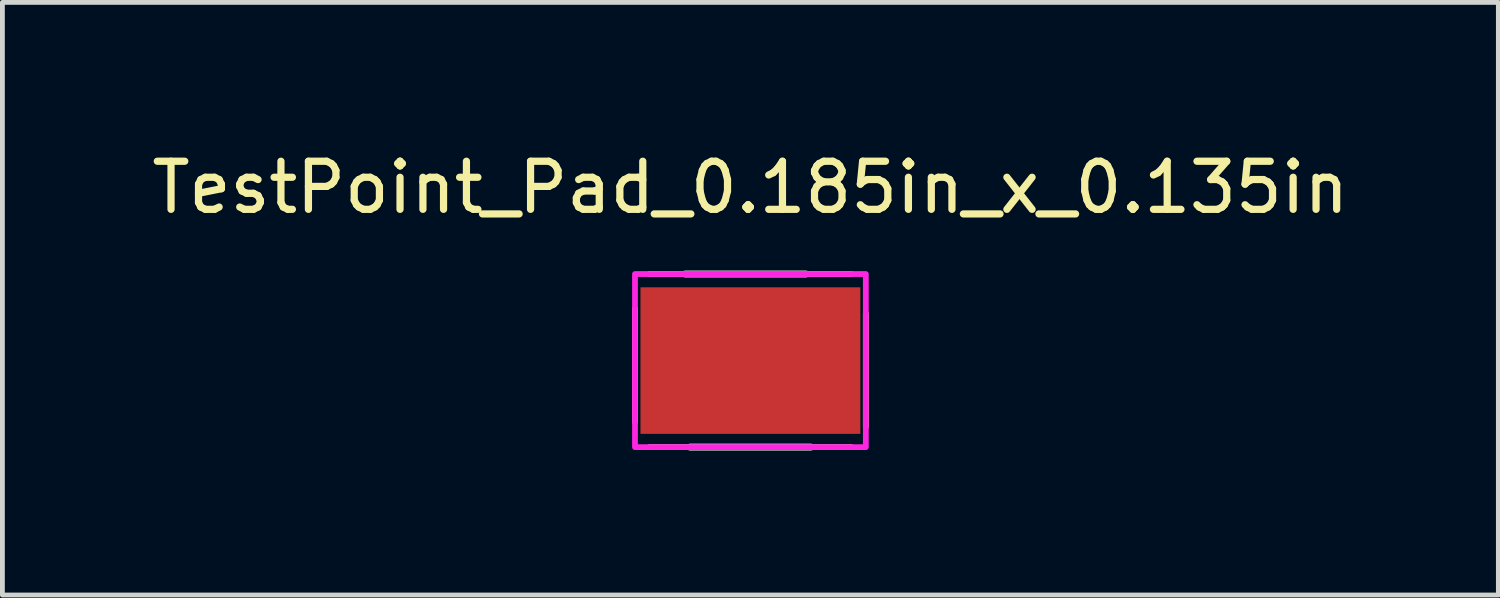
<source format=kicad_pcb>
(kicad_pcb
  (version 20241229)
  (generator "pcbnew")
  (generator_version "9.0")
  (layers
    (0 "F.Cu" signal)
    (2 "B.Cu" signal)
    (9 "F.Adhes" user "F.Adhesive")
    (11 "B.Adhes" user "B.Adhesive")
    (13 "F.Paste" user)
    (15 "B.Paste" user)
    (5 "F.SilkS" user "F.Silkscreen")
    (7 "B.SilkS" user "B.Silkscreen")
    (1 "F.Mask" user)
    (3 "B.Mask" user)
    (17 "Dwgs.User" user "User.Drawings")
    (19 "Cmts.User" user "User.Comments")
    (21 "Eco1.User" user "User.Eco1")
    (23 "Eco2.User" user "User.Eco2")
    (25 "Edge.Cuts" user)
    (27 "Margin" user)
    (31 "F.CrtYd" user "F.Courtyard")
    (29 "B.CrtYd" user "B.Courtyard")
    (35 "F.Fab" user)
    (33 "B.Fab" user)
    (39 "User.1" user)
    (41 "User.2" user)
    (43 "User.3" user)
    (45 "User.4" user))
  (footprint "TestPoint_Pad_0.185in_x_0.135in"
    (layer "F.Cu")
    (at 12.554 4.448)
    (property "Reference" "TestPoint_Pad_0.185in_x_0.135in" (at 0 -3.6 0) (unlocked yes) (layer "F.SilkS") (effects (font (size 1 1) (thickness 0.15))))
    (attr smd)
    (fp_line (start -2.4 -1.081) (end -2.4 1.281) (stroke (width 0.12) (type solid)) (layer "F.SilkS"))
    (fp_line (start -2.1 -1.8) (end 2.1 -1.8) (stroke (width 0.12) (type solid)) (layer "F.SilkS"))
    (fp_line (start 2.1 1.8) (end -2.1 1.8) (stroke (width 0.12) (type solid)) (layer "F.SilkS"))
    (fp_line (start 2.4 -0.981) (end 2.4 1.381) (stroke (width 0.12) (type solid)) (layer "F.SilkS"))
    (fp_rect (start -2.4 -1.8) (end 2.4 1.8) (stroke (width 0.12) (type solid)) (fill no) (layer "F.CrtYd"))
    (fp_line (start 1.15 -1.8) (end -1.35 -1.8) (stroke (width 0.15) (type solid)) (layer "F.Fab"))
    (fp_line (start 1.25 1.8) (end -1.25 1.8) (stroke (width 0.15) (type solid)) (layer "F.Fab"))
    (pad "1" smd rect (at 0 0) (size 4.572 3.048) (layers "F.Cu" "F.Mask" "F.Paste")))
  (gr_rect
    (start -3 -3)
    (end 28.107 9.323)
    (stroke (width 0.1) (type default))
    (fill no)
    (layer "Edge.Cuts")))
</source>
